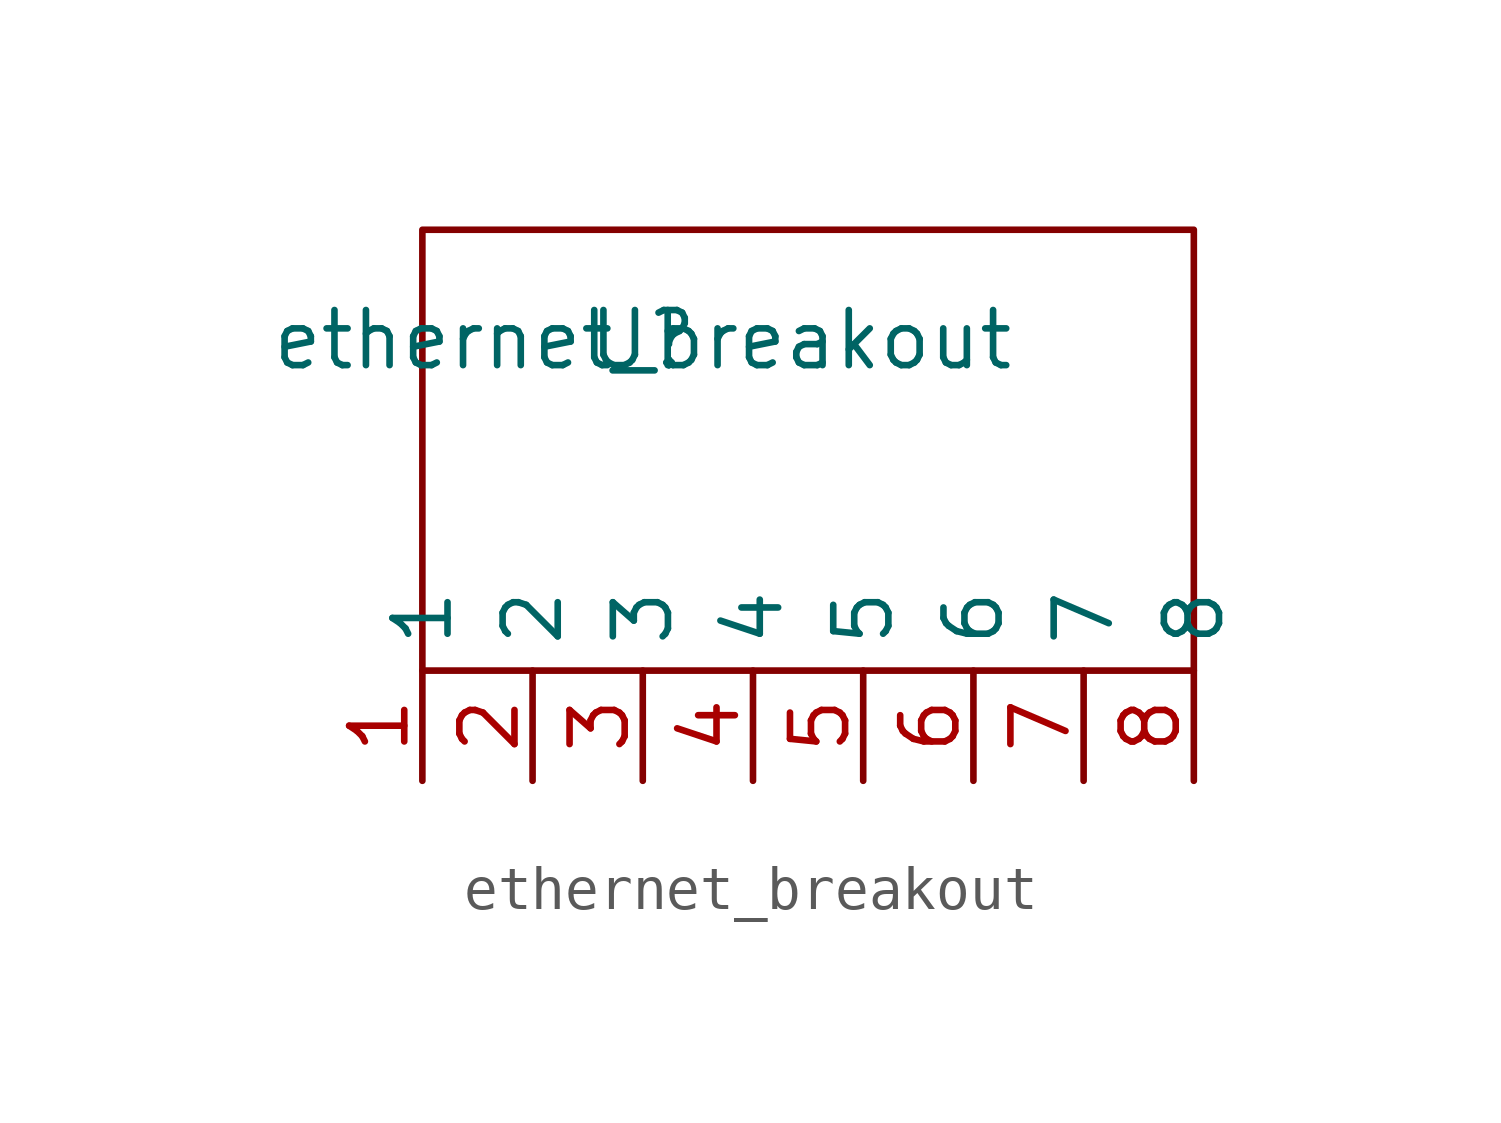
<source format=kicad_sym>
(kicad_symbol_lib
  (version 20211014)
  (generator kicad_symbol_editor)
  (symbol "ethernet_breakout"
    (property "Reference" "U"
      (at 0 0 0)
      (effects (font (size 1.27 1.27))))
    (property "Value" "ethernet_breakout"
      (at 0 0 0)
      (effects (font (size 1.27 1.27))))
    (symbol "ethernet_breakout_0_1"
      (rectangle (start -5.08 -7.62) (end 12.7 2.54) (stroke (width 0) (type default) (color 0 0 0 0)) (fill (type none))))
    (symbol "ethernet_breakout_1_1"
      (pin output line (at -5.08 -10.16 90) (length 2.54) (name "1" (effects (font (size 1.27 1.27)))) (number "1" (effects (font (size 1.27 1.27)))))
      (pin output line (at -2.54 -10.16 90) (length 2.54) (name "2" (effects (font (size 1.27 1.27)))) (number "2" (effects (font (size 1.27 1.27)))))
      (pin output line (at 0 -10.16 90) (length 2.54) (name "3" (effects (font (size 1.27 1.27)))) (number "3" (effects (font (size 1.27 1.27)))))
      (pin output line (at 2.54 -10.16 90) (length 2.54) (name "4" (effects (font (size 1.27 1.27)))) (number "4" (effects (font (size 1.27 1.27)))))
      (pin output line (at 5.08 -10.16 90) (length 2.54) (name "5" (effects (font (size 1.27 1.27)))) (number "5" (effects (font (size 1.27 1.27)))))
      (pin output line (at 7.62 -10.16 90) (length 2.54) (name "6" (effects (font (size 1.27 1.27)))) (number "6" (effects (font (size 1.27 1.27)))))
      (pin output line (at 10.16 -10.16 90) (length 2.54) (name "7" (effects (font (size 1.27 1.27)))) (number "7" (effects (font (size 1.27 1.27)))))
      (pin output line (at 12.7 -10.16 90) (length 2.54) (name "8" (effects (font (size 1.27 1.27)))) (number "8" (effects (font (size 1.27 1.27))))))))
</source>
